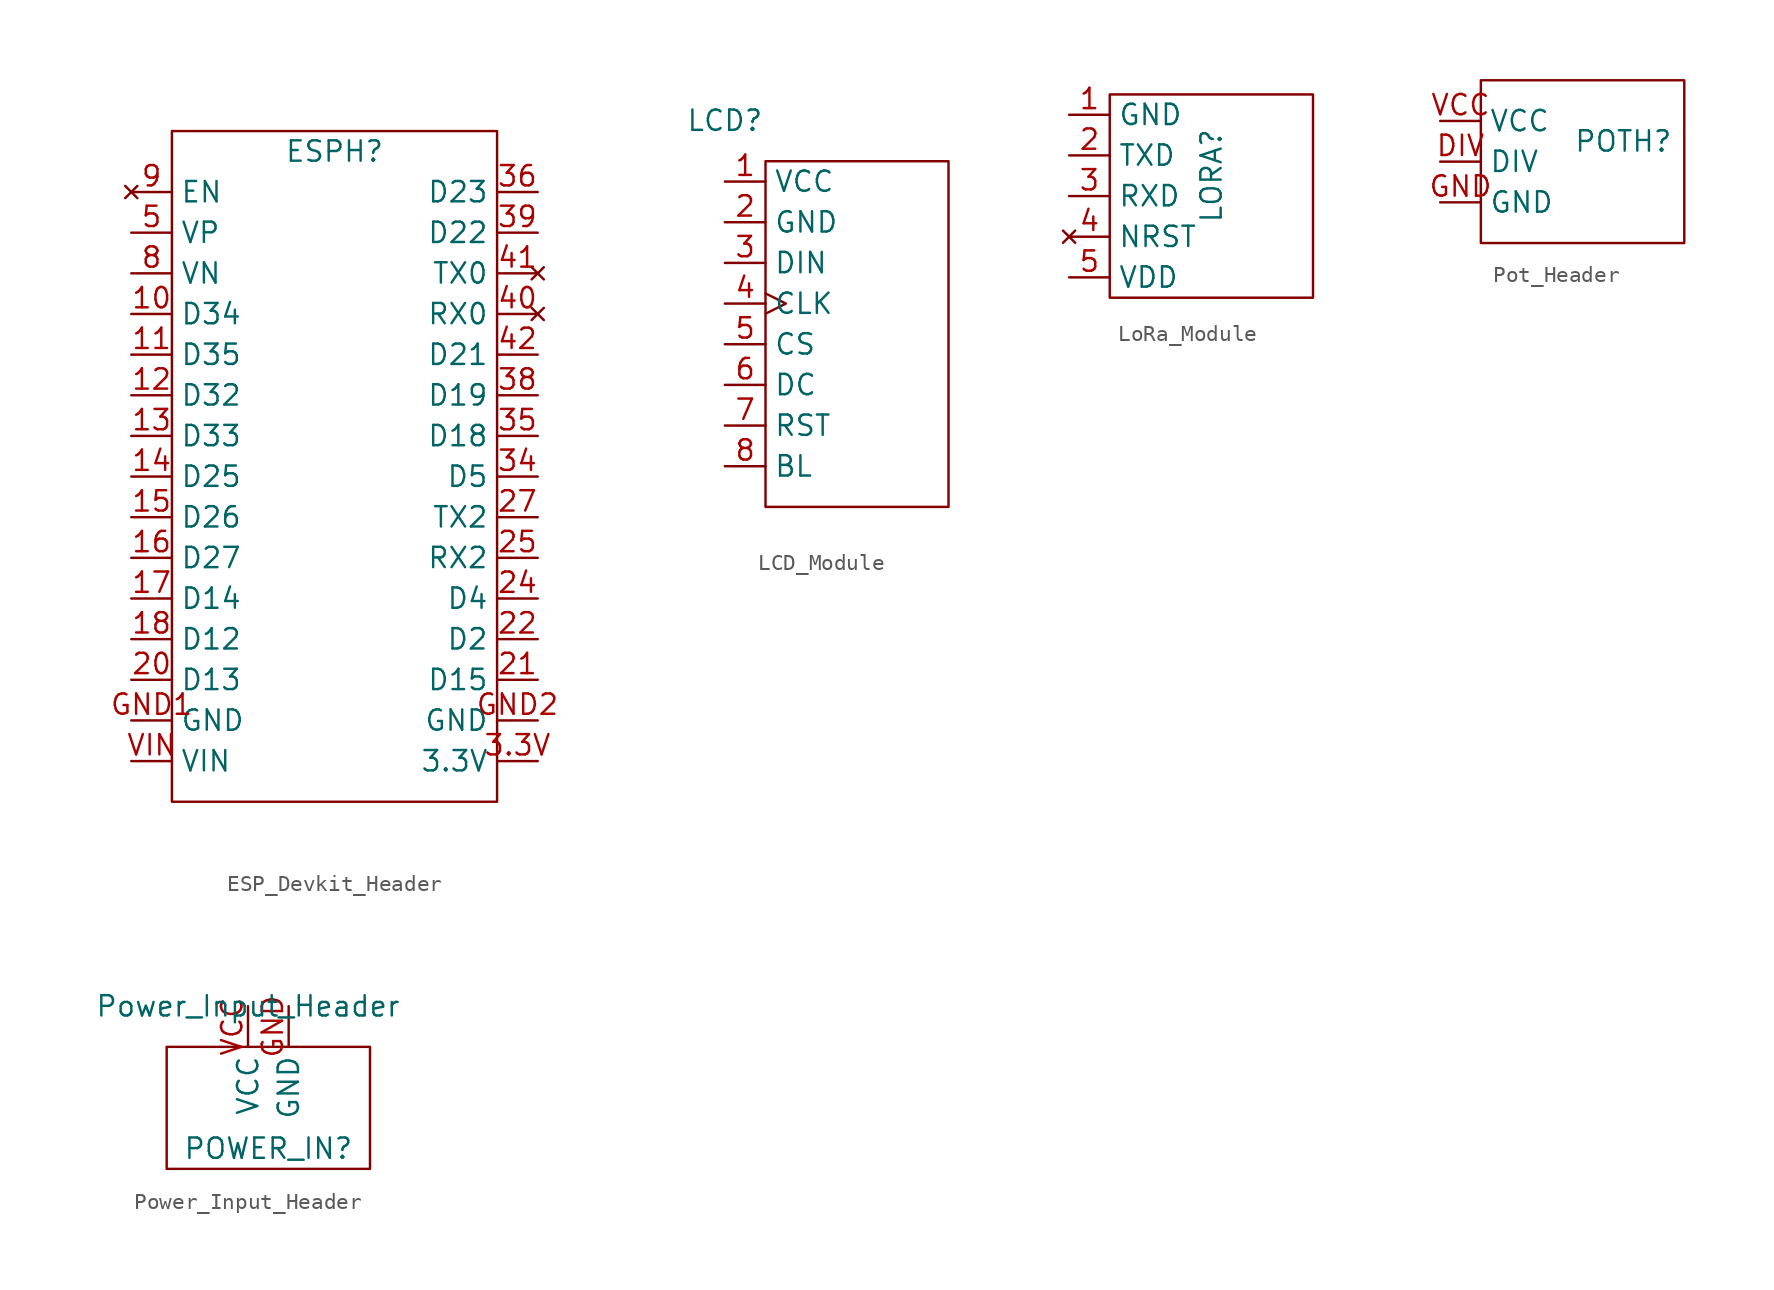
<source format=kicad_sym>
(kicad_symbol_lib
  (version 20220914)
  (generator kicad_symbol_editor)
  (symbol "ESP_Devkit_Header"
    (property "Reference" "ESPH"
      (at 0 20.32 0)
      (effects (font (size 1.27 1.27))))
    (property "Value" ""
      (at -12.7 17.78 0)
      (effects (font (size 1.27 1.27))))
    (symbol "ESP_Devkit_Header_0_0"
      (pin bidirectional line (at -12.7 10.16 0) (length 2.54) (name "D34" (effects (font (size 1.27 1.27)))) (number "10" (effects (font (size 1.27 1.27)))))
      (pin bidirectional line (at -12.7 7.62 0) (length 2.54) (name "D35" (effects (font (size 1.27 1.27)))) (number "11" (effects (font (size 1.27 1.27)))))
      (pin bidirectional line (at -12.7 5.08 0) (length 2.54) (name "D32" (effects (font (size 1.27 1.27)))) (number "12" (effects (font (size 1.27 1.27)))))
      (pin bidirectional line (at -12.7 2.54 0) (length 2.54) (name "D33" (effects (font (size 1.27 1.27)))) (number "13" (effects (font (size 1.27 1.27)))))
      (pin bidirectional line (at -12.7 0 0) (length 2.54) (name "D25" (effects (font (size 1.27 1.27)))) (number "14" (effects (font (size 1.27 1.27)))))
      (pin bidirectional line (at -12.7 -2.54 0) (length 2.54) (name "D26" (effects (font (size 1.27 1.27)))) (number "15" (effects (font (size 1.27 1.27)))))
      (pin bidirectional line (at -12.7 -5.08 0) (length 2.54) (name "D27" (effects (font (size 1.27 1.27)))) (number "16" (effects (font (size 1.27 1.27)))))
      (pin bidirectional line (at -12.7 -7.62 0) (length 2.54) (name "D14" (effects (font (size 1.27 1.27)))) (number "17" (effects (font (size 1.27 1.27)))))
      (pin bidirectional line (at -12.7 -10.16 0) (length 2.54) (name "D12" (effects (font (size 1.27 1.27)))) (number "18" (effects (font (size 1.27 1.27)))))
      (pin bidirectional line (at -12.7 -12.7 0) (length 2.54) (name "D13" (effects (font (size 1.27 1.27)))) (number "20" (effects (font (size 1.27 1.27)))))
      (pin bidirectional line (at 12.7 -12.7 180) (length 2.54) (name "D15" (effects (font (size 1.27 1.27)))) (number "21" (effects (font (size 1.27 1.27)))))
      (pin bidirectional line (at 12.7 -10.16 180) (length 2.54) (name "D2" (effects (font (size 1.27 1.27)))) (number "22" (effects (font (size 1.27 1.27)))))
      (pin bidirectional line (at 12.7 -7.62 180) (length 2.54) (name "D4" (effects (font (size 1.27 1.27)))) (number "24" (effects (font (size 1.27 1.27)))))
      (pin bidirectional line (at 12.7 -5.08 180) (length 2.54) (name "RX2" (effects (font (size 1.27 1.27)))) (number "25" (effects (font (size 1.27 1.27)))))
      (pin bidirectional line (at 12.7 -2.54 180) (length 2.54) (name "TX2" (effects (font (size 1.27 1.27)))) (number "27" (effects (font (size 1.27 1.27)))))
      (pin power_out line (at 12.7 -17.78 180) (length 2.54) (name "3.3V" (effects (font (size 1.27 1.27)))) (number "3.3V" (effects (font (size 1.27 1.27)))))
      (pin bidirectional line (at 12.7 0 180) (length 2.54) (name "D5" (effects (font (size 1.27 1.27)))) (number "34" (effects (font (size 1.27 1.27)))))
      (pin bidirectional line (at 12.7 2.54 180) (length 2.54) (name "D18" (effects (font (size 1.27 1.27)))) (number "35" (effects (font (size 1.27 1.27)))))
      (pin bidirectional line (at 12.7 17.78 180) (length 2.54) (name "D23" (effects (font (size 1.27 1.27)))) (number "36" (effects (font (size 1.27 1.27)))))
      (pin bidirectional line (at 12.7 5.08 180) (length 2.54) (name "D19" (effects (font (size 1.27 1.27)))) (number "38" (effects (font (size 1.27 1.27)))))
      (pin bidirectional line (at 12.7 15.24 180) (length 2.54) (name "D22" (effects (font (size 1.27 1.27)))) (number "39" (effects (font (size 1.27 1.27)))))
      (pin no_connect line (at 12.7 10.16 180) (length 2.54) (name "RX0" (effects (font (size 1.27 1.27)))) (number "40" (effects (font (size 1.27 1.27)))))
      (pin no_connect line (at 12.7 12.7 180) (length 2.54) (name "TX0" (effects (font (size 1.27 1.27)))) (number "41" (effects (font (size 1.27 1.27)))))
      (pin bidirectional line (at 12.7 7.62 180) (length 2.54) (name "D21" (effects (font (size 1.27 1.27)))) (number "42" (effects (font (size 1.27 1.27)))))
      (pin bidirectional line (at -12.7 15.24 0) (length 2.54) (name "VP" (effects (font (size 1.27 1.27)))) (number "5" (effects (font (size 1.27 1.27)))))
      (pin bidirectional line (at -12.7 12.7 0) (length 2.54) (name "VN" (effects (font (size 1.27 1.27)))) (number "8" (effects (font (size 1.27 1.27)))))
      (pin no_connect line (at -12.7 17.78 0) (length 2.54) (name "EN" (effects (font (size 1.27 1.27)))) (number "9" (effects (font (size 1.27 1.27)))))
      (pin power_in line (at -12.7 -15.24 0) (length 2.54) (name "GND" (effects (font (size 1.27 1.27)))) (number "GND1" (effects (font (size 1.27 1.27)))))
      (pin power_in line (at 12.7 -15.24 180) (length 2.54) (name "GND" (effects (font (size 1.27 1.27)))) (number "GND2" (effects (font (size 1.27 1.27)))))
      (pin power_in line (at -12.7 -17.78 0) (length 2.54) (name "VIN" (effects (font (size 1.27 1.27)))) (number "VIN" (effects (font (size 1.27 1.27))))))
    (symbol "ESP_Devkit_Header_0_1"
      (rectangle (start -10.16 21.59) (end 10.16 -20.32) (stroke (width 0) (type default)) (fill (type none)))))
  (symbol "LCD_Module"
    (property "Reference" "LCD"
      (at 0 3.81 0)
      (effects (font (size 1.27 1.27))))
    (symbol "LCD_Module_0_0"
      (pin power_in line (at 0 0 0) (length 2.54) (name "VCC" (effects (font (size 1.27 1.27)))) (number "1" (effects (font (size 1.27 1.27)))))
      (pin power_in line (at 0 -2.54 0) (length 2.54) (name "GND" (effects (font (size 1.27 1.27)))) (number "2" (effects (font (size 1.27 1.27)))))
      (pin input line (at 0 -5.08 0) (length 2.54) (name "DIN" (effects (font (size 1.27 1.27)))) (number "3" (effects (font (size 1.27 1.27)))))
      (pin input clock (at 0 -7.62 0) (length 2.54) (name "CLK" (effects (font (size 1.27 1.27)))) (number "4" (effects (font (size 1.27 1.27)))))
      (pin input line (at 0 -10.16 0) (length 2.54) (name "CS" (effects (font (size 1.27 1.27)))) (number "5" (effects (font (size 1.27 1.27)))))
      (pin input line (at 0 -12.7 0) (length 2.54) (name "DC" (effects (font (size 1.27 1.27)))) (number "6" (effects (font (size 1.27 1.27)))))
      (pin input line (at 0 -15.24 0) (length 2.54) (name "RST" (effects (font (size 1.27 1.27)))) (number "7" (effects (font (size 1.27 1.27)))))
      (pin input line (at 0 -17.78 0) (length 2.54) (name "BL" (effects (font (size 1.27 1.27)))) (number "8" (effects (font (size 1.27 1.27))))))
    (symbol "LCD_Module_0_1"
      (rectangle (start 2.54 1.27) (end 13.97 -20.32) (stroke (width 0) (type default)) (fill (type none)))))
  (symbol "LoRa_Module"
    (property "Reference" "LORA"
      (at 8.89 -3.81 90)
      (effects (font (size 1.27 1.27))))
    (property "Value" ""
      (at 0 0 0)
      (effects (font (size 1.27 1.27))))
    (symbol "LoRa_Module_0_0"
      (pin power_in line (at 0 0 0) (length 2.54) (name "GND" (effects (font (size 1.27 1.27)))) (number "1" (effects (font (size 1.27 1.27)))))
      (pin output line (at 0 -2.54 0) (length 2.54) (name "TXD" (effects (font (size 1.27 1.27)))) (number "2" (effects (font (size 1.27 1.27)))))
      (pin input line (at 0 -5.08 0) (length 2.54) (name "RXD" (effects (font (size 1.27 1.27)))) (number "3" (effects (font (size 1.27 1.27)))))
      (pin power_in line (at 0 -10.16 0) (length 2.54) (name "VDD" (effects (font (size 1.27 1.27)))) (number "5" (effects (font (size 1.27 1.27))))))
    (symbol "LoRa_Module_0_1"
      (rectangle (start 2.54 1.27) (end 15.24 -11.43) (stroke (width 0) (type default)) (fill (type none))))
    (symbol "LoRa_Module_1_0"
      (pin no_connect line (at 0 -7.62 0) (length 2.54) (name "NRST" (effects (font (size 1.27 1.27)))) (number "4" (effects (font (size 1.27 1.27)))))))
  (symbol "Pot_Header"
    (property "Reference" "POTH"
      (at 11.43 -1.27 0)
      (effects (font (size 1.27 1.27))))
    (property "Value" ""
      (at 0 0 0)
      (effects (font (size 1.27 1.27))))
    (symbol "Pot_Header_0_0"
      (pin output line (at 0 -2.54 0) (length 2.54) (name "DIV" (effects (font (size 1.27 1.27)))) (number "DIV" (effects (font (size 1.27 1.27)))))
      (pin power_in line (at 0 -5.08 0) (length 2.54) (name "GND" (effects (font (size 1.27 1.27)))) (number "GND" (effects (font (size 1.27 1.27)))))
      (pin power_in line (at 0 0 0) (length 2.54) (name "VCC" (effects (font (size 1.27 1.27)))) (number "VCC" (effects (font (size 1.27 1.27))))))
    (symbol "Pot_Header_0_1"
      (rectangle (start 2.54 2.54) (end 15.24 -7.62) (stroke (width 0) (type default)) (fill (type none)))))
  (symbol "Power_Input_Header"
    (property "Reference" "POWER_IN"
      (at 1.27 -8.89 0)
      (effects (font (size 1.27 1.27))))
    (property "Value" "Power_Input_Header"
      (at 0 0 0)
      (effects (font (size 1.27 1.27))))
    (symbol "Power_Input_Header_0_0"
      (pin power_out line (at 2.54 0 270) (length 2.54) (name "GND" (effects (font (size 1.27 1.27)))) (number "GND" (effects (font (size 1.27 1.27)))))
      (pin power_out line (at 0 0 270) (length 2.54) (name "VCC" (effects (font (size 1.27 1.27)))) (number "VCC" (effects (font (size 1.27 1.27))))))
    (symbol "Power_Input_Header_0_1"
      (rectangle (start -5.08 -2.54) (end 7.62 -10.16) (stroke (width 0) (type default)) (fill (type none))))))
</source>
